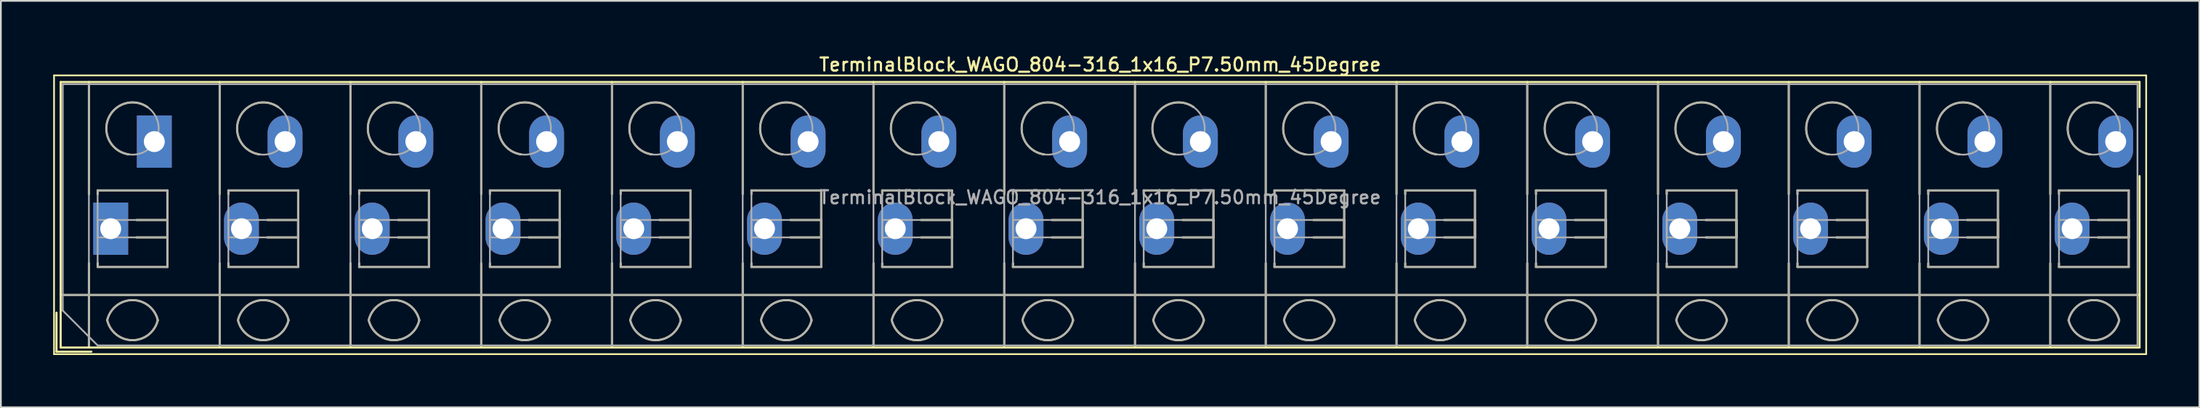
<source format=kicad_pcb>
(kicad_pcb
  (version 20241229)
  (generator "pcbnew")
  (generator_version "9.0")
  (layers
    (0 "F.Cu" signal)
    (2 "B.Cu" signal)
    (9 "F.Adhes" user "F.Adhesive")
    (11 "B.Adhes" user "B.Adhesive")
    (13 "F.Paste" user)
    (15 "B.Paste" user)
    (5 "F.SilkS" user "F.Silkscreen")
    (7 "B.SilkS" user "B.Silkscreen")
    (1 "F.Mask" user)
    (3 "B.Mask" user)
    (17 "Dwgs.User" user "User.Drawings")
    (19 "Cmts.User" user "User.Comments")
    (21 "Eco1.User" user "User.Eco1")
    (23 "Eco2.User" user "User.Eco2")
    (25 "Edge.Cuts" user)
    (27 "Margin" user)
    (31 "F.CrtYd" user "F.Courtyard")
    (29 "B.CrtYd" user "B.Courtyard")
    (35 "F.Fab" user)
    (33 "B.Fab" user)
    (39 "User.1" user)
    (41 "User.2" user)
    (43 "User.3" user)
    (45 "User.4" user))
  (footprint "TerminalBlock_WAGO_804-316_1x16_P7.50mm_45Degree"
    (layer "F.Cu")
    (at 3.3 10.078)
    (property "Reference" "TerminalBlock_WAGO_804-316_1x16_P7.50mm_45Degree" (at 56.75 -9.42 0) (layer "F.SilkS") (effects (font (size 0.75 0.75) (thickness 0.125))))
    (attr through_hole)
    (fp_line (start -3.25 -8.8) (end -3.25 7.2) (stroke (width 0.1) (type solid)) (layer "F.SilkS"))
    (fp_line (start -3.25 7.2) (end 116.75 7.2) (stroke (width 0.1) (type solid)) (layer "F.SilkS"))
    (fp_line (start -3.11 4.82) (end -3.11 7.06) (stroke (width 0.12) (type solid)) (layer "F.SilkS"))
    (fp_line (start -3.11 7.06) (end -1.11 7.06) (stroke (width 0.12) (type solid)) (layer "F.SilkS"))
    (fp_line (start -2.87 -8.42) (end -2.87 6.82) (stroke (width 0.12) (type solid)) (layer "F.SilkS"))
    (fp_line (start -2.87 -8.42) (end 116.37 -8.42) (stroke (width 0.12) (type solid)) (layer "F.SilkS"))
    (fp_line (start -2.87 3.8) (end 116.37 3.8) (stroke (width 0.12) (type solid)) (layer "F.SilkS"))
    (fp_line (start -2.87 6.82) (end 116.37 6.82) (stroke (width 0.12) (type solid)) (layer "F.SilkS"))
    (fp_line (start -1.25 -8.42) (end -1.25 -1.98) (stroke (width 0.12) (type solid)) (layer "F.SilkS"))
    (fp_line (start -1.25 1.98) (end -1.25 6.82) (stroke (width 0.12) (type solid)) (layer "F.SilkS"))
    (fp_line (start -0.75 -2.2) (end -0.75 -1.98) (stroke (width 0.12) (type solid)) (layer "F.SilkS"))
    (fp_line (start -0.75 -2.2) (end 3.25 -2.2) (stroke (width 0.12) (type solid)) (layer "F.SilkS"))
    (fp_line (start -0.75 1.98) (end -0.75 2.2) (stroke (width 0.12) (type solid)) (layer "F.SilkS"))
    (fp_line (start -0.75 2.2) (end 3.25 2.2) (stroke (width 0.12) (type solid)) (layer "F.SilkS"))
    (fp_line (start 1.48 -0.5) (end 3.25 -0.5) (stroke (width 0.12) (type solid)) (layer "F.SilkS"))
    (fp_line (start 1.48 0.5) (end 3.25 0.5) (stroke (width 0.12) (type solid)) (layer "F.SilkS"))
    (fp_line (start 3.25 -2.2) (end 3.25 2.2) (stroke (width 0.12) (type solid)) (layer "F.SilkS"))
    (fp_line (start 3.25 -0.5) (end 3.25 0.5) (stroke (width 0.12) (type solid)) (layer "F.SilkS"))
    (fp_line (start 6.25 -8.42) (end 6.25 -1.98) (stroke (width 0.12) (type solid)) (layer "F.SilkS"))
    (fp_line (start 6.25 1.98) (end 6.25 6.82) (stroke (width 0.12) (type solid)) (layer "F.SilkS"))
    (fp_line (start 6.75 -2.2) (end 6.75 -1.98) (stroke (width 0.12) (type solid)) (layer "F.SilkS"))
    (fp_line (start 6.75 -2.2) (end 10.75 -2.2) (stroke (width 0.12) (type solid)) (layer "F.SilkS"))
    (fp_line (start 6.75 1.98) (end 6.75 2.2) (stroke (width 0.12) (type solid)) (layer "F.SilkS"))
    (fp_line (start 6.75 2.2) (end 10.75 2.2) (stroke (width 0.12) (type solid)) (layer "F.SilkS"))
    (fp_line (start 8.98 -0.5) (end 10.75 -0.5) (stroke (width 0.12) (type solid)) (layer "F.SilkS"))
    (fp_line (start 8.98 0.5) (end 10.75 0.5) (stroke (width 0.12) (type solid)) (layer "F.SilkS"))
    (fp_line (start 10.75 -2.2) (end 10.75 2.2) (stroke (width 0.12) (type solid)) (layer "F.SilkS"))
    (fp_line (start 10.75 -0.5) (end 10.75 0.5) (stroke (width 0.12) (type solid)) (layer "F.SilkS"))
    (fp_line (start 13.75 -8.42) (end 13.75 -1.98) (stroke (width 0.12) (type solid)) (layer "F.SilkS"))
    (fp_line (start 13.75 1.98) (end 13.75 6.82) (stroke (width 0.12) (type solid)) (layer "F.SilkS"))
    (fp_line (start 14.25 -2.2) (end 14.25 -1.98) (stroke (width 0.12) (type solid)) (layer "F.SilkS"))
    (fp_line (start 14.25 -2.2) (end 18.25 -2.2) (stroke (width 0.12) (type solid)) (layer "F.SilkS"))
    (fp_line (start 14.25 1.98) (end 14.25 2.2) (stroke (width 0.12) (type solid)) (layer "F.SilkS"))
    (fp_line (start 14.25 2.2) (end 18.25 2.2) (stroke (width 0.12) (type solid)) (layer "F.SilkS"))
    (fp_line (start 16.48 -0.5) (end 18.25 -0.5) (stroke (width 0.12) (type solid)) (layer "F.SilkS"))
    (fp_line (start 16.48 0.5) (end 18.25 0.5) (stroke (width 0.12) (type solid)) (layer "F.SilkS"))
    (fp_line (start 18.25 -2.2) (end 18.25 2.2) (stroke (width 0.12) (type solid)) (layer "F.SilkS"))
    (fp_line (start 18.25 -0.5) (end 18.25 0.5) (stroke (width 0.12) (type solid)) (layer "F.SilkS"))
    (fp_line (start 21.25 -8.42) (end 21.25 -1.98) (stroke (width 0.12) (type solid)) (layer "F.SilkS"))
    (fp_line (start 21.25 1.98) (end 21.25 6.82) (stroke (width 0.12) (type solid)) (layer "F.SilkS"))
    (fp_line (start 21.75 -2.2) (end 21.75 -1.98) (stroke (width 0.12) (type solid)) (layer "F.SilkS"))
    (fp_line (start 21.75 -2.2) (end 25.75 -2.2) (stroke (width 0.12) (type solid)) (layer "F.SilkS"))
    (fp_line (start 21.75 1.98) (end 21.75 2.2) (stroke (width 0.12) (type solid)) (layer "F.SilkS"))
    (fp_line (start 21.75 2.2) (end 25.75 2.2) (stroke (width 0.12) (type solid)) (layer "F.SilkS"))
    (fp_line (start 23.98 -0.5) (end 25.75 -0.5) (stroke (width 0.12) (type solid)) (layer "F.SilkS"))
    (fp_line (start 23.98 0.5) (end 25.75 0.5) (stroke (width 0.12) (type solid)) (layer "F.SilkS"))
    (fp_line (start 25.75 -2.2) (end 25.75 2.2) (stroke (width 0.12) (type solid)) (layer "F.SilkS"))
    (fp_line (start 25.75 -0.5) (end 25.75 0.5) (stroke (width 0.12) (type solid)) (layer "F.SilkS"))
    (fp_line (start 28.75 -8.42) (end 28.75 -1.98) (stroke (width 0.12) (type solid)) (layer "F.SilkS"))
    (fp_line (start 28.75 1.98) (end 28.75 6.82) (stroke (width 0.12) (type solid)) (layer "F.SilkS"))
    (fp_line (start 29.25 -2.2) (end 29.25 -1.98) (stroke (width 0.12) (type solid)) (layer "F.SilkS"))
    (fp_line (start 29.25 -2.2) (end 33.25 -2.2) (stroke (width 0.12) (type solid)) (layer "F.SilkS"))
    (fp_line (start 29.25 1.98) (end 29.25 2.2) (stroke (width 0.12) (type solid)) (layer "F.SilkS"))
    (fp_line (start 29.25 2.2) (end 33.25 2.2) (stroke (width 0.12) (type solid)) (layer "F.SilkS"))
    (fp_line (start 31.48 -0.5) (end 33.25 -0.5) (stroke (width 0.12) (type solid)) (layer "F.SilkS"))
    (fp_line (start 31.48 0.5) (end 33.25 0.5) (stroke (width 0.12) (type solid)) (layer "F.SilkS"))
    (fp_line (start 33.25 -2.2) (end 33.25 2.2) (stroke (width 0.12) (type solid)) (layer "F.SilkS"))
    (fp_line (start 33.25 -0.5) (end 33.25 0.5) (stroke (width 0.12) (type solid)) (layer "F.SilkS"))
    (fp_line (start 36.25 -8.42) (end 36.25 -1.98) (stroke (width 0.12) (type solid)) (layer "F.SilkS"))
    (fp_line (start 36.25 1.98) (end 36.25 6.82) (stroke (width 0.12) (type solid)) (layer "F.SilkS"))
    (fp_line (start 36.75 -2.2) (end 36.75 -1.98) (stroke (width 0.12) (type solid)) (layer "F.SilkS"))
    (fp_line (start 36.75 -2.2) (end 40.75 -2.2) (stroke (width 0.12) (type solid)) (layer "F.SilkS"))
    (fp_line (start 36.75 1.98) (end 36.75 2.2) (stroke (width 0.12) (type solid)) (layer "F.SilkS"))
    (fp_line (start 36.75 2.2) (end 40.75 2.2) (stroke (width 0.12) (type solid)) (layer "F.SilkS"))
    (fp_line (start 38.98 -0.5) (end 40.75 -0.5) (stroke (width 0.12) (type solid)) (layer "F.SilkS"))
    (fp_line (start 38.98 0.5) (end 40.75 0.5) (stroke (width 0.12) (type solid)) (layer "F.SilkS"))
    (fp_line (start 40.75 -2.2) (end 40.75 2.2) (stroke (width 0.12) (type solid)) (layer "F.SilkS"))
    (fp_line (start 40.75 -0.5) (end 40.75 0.5) (stroke (width 0.12) (type solid)) (layer "F.SilkS"))
    (fp_line (start 43.75 -8.42) (end 43.75 -1.98) (stroke (width 0.12) (type solid)) (layer "F.SilkS"))
    (fp_line (start 43.75 1.98) (end 43.75 6.82) (stroke (width 0.12) (type solid)) (layer "F.SilkS"))
    (fp_line (start 44.25 -2.2) (end 44.25 -1.98) (stroke (width 0.12) (type solid)) (layer "F.SilkS"))
    (fp_line (start 44.25 -2.2) (end 48.25 -2.2) (stroke (width 0.12) (type solid)) (layer "F.SilkS"))
    (fp_line (start 44.25 1.98) (end 44.25 2.2) (stroke (width 0.12) (type solid)) (layer "F.SilkS"))
    (fp_line (start 44.25 2.2) (end 48.25 2.2) (stroke (width 0.12) (type solid)) (layer "F.SilkS"))
    (fp_line (start 46.48 -0.5) (end 48.25 -0.5) (stroke (width 0.12) (type solid)) (layer "F.SilkS"))
    (fp_line (start 46.48 0.5) (end 48.25 0.5) (stroke (width 0.12) (type solid)) (layer "F.SilkS"))
    (fp_line (start 48.25 -2.2) (end 48.25 2.2) (stroke (width 0.12) (type solid)) (layer "F.SilkS"))
    (fp_line (start 48.25 -0.5) (end 48.25 0.5) (stroke (width 0.12) (type solid)) (layer "F.SilkS"))
    (fp_line (start 51.25 -8.42) (end 51.25 -1.98) (stroke (width 0.12) (type solid)) (layer "F.SilkS"))
    (fp_line (start 51.25 1.98) (end 51.25 6.82) (stroke (width 0.12) (type solid)) (layer "F.SilkS"))
    (fp_line (start 51.75 -2.2) (end 51.75 -1.98) (stroke (width 0.12) (type solid)) (layer "F.SilkS"))
    (fp_line (start 51.75 -2.2) (end 55.75 -2.2) (stroke (width 0.12) (type solid)) (layer "F.SilkS"))
    (fp_line (start 51.75 1.98) (end 51.75 2.2) (stroke (width 0.12) (type solid)) (layer "F.SilkS"))
    (fp_line (start 51.75 2.2) (end 55.75 2.2) (stroke (width 0.12) (type solid)) (layer "F.SilkS"))
    (fp_line (start 53.98 -0.5) (end 55.75 -0.5) (stroke (width 0.12) (type solid)) (layer "F.SilkS"))
    (fp_line (start 53.98 0.5) (end 55.75 0.5) (stroke (width 0.12) (type solid)) (layer "F.SilkS"))
    (fp_line (start 55.75 -2.2) (end 55.75 2.2) (stroke (width 0.12) (type solid)) (layer "F.SilkS"))
    (fp_line (start 55.75 -0.5) (end 55.75 0.5) (stroke (width 0.12) (type solid)) (layer "F.SilkS"))
    (fp_line (start 58.75 -8.42) (end 58.75 -1.98) (stroke (width 0.12) (type solid)) (layer "F.SilkS"))
    (fp_line (start 58.75 1.98) (end 58.75 6.82) (stroke (width 0.12) (type solid)) (layer "F.SilkS"))
    (fp_line (start 59.25 -2.2) (end 59.25 -1.98) (stroke (width 0.12) (type solid)) (layer "F.SilkS"))
    (fp_line (start 59.25 -2.2) (end 63.25 -2.2) (stroke (width 0.12) (type solid)) (layer "F.SilkS"))
    (fp_line (start 59.25 1.98) (end 59.25 2.2) (stroke (width 0.12) (type solid)) (layer "F.SilkS"))
    (fp_line (start 59.25 2.2) (end 63.25 2.2) (stroke (width 0.12) (type solid)) (layer "F.SilkS"))
    (fp_line (start 61.48 -0.5) (end 63.25 -0.5) (stroke (width 0.12) (type solid)) (layer "F.SilkS"))
    (fp_line (start 61.48 0.5) (end 63.25 0.5) (stroke (width 0.12) (type solid)) (layer "F.SilkS"))
    (fp_line (start 63.25 -2.2) (end 63.25 2.2) (stroke (width 0.12) (type solid)) (layer "F.SilkS"))
    (fp_line (start 63.25 -0.5) (end 63.25 0.5) (stroke (width 0.12) (type solid)) (layer "F.SilkS"))
    (fp_line (start 66.25 -8.42) (end 66.25 -1.98) (stroke (width 0.12) (type solid)) (layer "F.SilkS"))
    (fp_line (start 66.25 1.98) (end 66.25 6.82) (stroke (width 0.12) (type solid)) (layer "F.SilkS"))
    (fp_line (start 66.75 -2.2) (end 66.75 -1.98) (stroke (width 0.12) (type solid)) (layer "F.SilkS"))
    (fp_line (start 66.75 -2.2) (end 70.75 -2.2) (stroke (width 0.12) (type solid)) (layer "F.SilkS"))
    (fp_line (start 66.75 1.98) (end 66.75 2.2) (stroke (width 0.12) (type solid)) (layer "F.SilkS"))
    (fp_line (start 66.75 2.2) (end 70.75 2.2) (stroke (width 0.12) (type solid)) (layer "F.SilkS"))
    (fp_line (start 68.98 -0.5) (end 70.75 -0.5) (stroke (width 0.12) (type solid)) (layer "F.SilkS"))
    (fp_line (start 68.98 0.5) (end 70.75 0.5) (stroke (width 0.12) (type solid)) (layer "F.SilkS"))
    (fp_line (start 70.75 -2.2) (end 70.75 2.2) (stroke (width 0.12) (type solid)) (layer "F.SilkS"))
    (fp_line (start 70.75 -0.5) (end 70.75 0.5) (stroke (width 0.12) (type solid)) (layer "F.SilkS"))
    (fp_line (start 73.75 -8.42) (end 73.75 -1.98) (stroke (width 0.12) (type solid)) (layer "F.SilkS"))
    (fp_line (start 73.75 1.98) (end 73.75 6.82) (stroke (width 0.12) (type solid)) (layer "F.SilkS"))
    (fp_line (start 74.25 -2.2) (end 74.25 -1.98) (stroke (width 0.12) (type solid)) (layer "F.SilkS"))
    (fp_line (start 74.25 -2.2) (end 78.25 -2.2) (stroke (width 0.12) (type solid)) (layer "F.SilkS"))
    (fp_line (start 74.25 1.98) (end 74.25 2.2) (stroke (width 0.12) (type solid)) (layer "F.SilkS"))
    (fp_line (start 74.25 2.2) (end 78.25 2.2) (stroke (width 0.12) (type solid)) (layer "F.SilkS"))
    (fp_line (start 76.48 -0.5) (end 78.25 -0.5) (stroke (width 0.12) (type solid)) (layer "F.SilkS"))
    (fp_line (start 76.48 0.5) (end 78.25 0.5) (stroke (width 0.12) (type solid)) (layer "F.SilkS"))
    (fp_line (start 78.25 -2.2) (end 78.25 2.2) (stroke (width 0.12) (type solid)) (layer "F.SilkS"))
    (fp_line (start 78.25 -0.5) (end 78.25 0.5) (stroke (width 0.12) (type solid)) (layer "F.SilkS"))
    (fp_line (start 81.25 -8.42) (end 81.25 -1.98) (stroke (width 0.12) (type solid)) (layer "F.SilkS"))
    (fp_line (start 81.25 1.98) (end 81.25 6.82) (stroke (width 0.12) (type solid)) (layer "F.SilkS"))
    (fp_line (start 81.75 -2.2) (end 81.75 -1.98) (stroke (width 0.12) (type solid)) (layer "F.SilkS"))
    (fp_line (start 81.75 -2.2) (end 85.75 -2.2) (stroke (width 0.12) (type solid)) (layer "F.SilkS"))
    (fp_line (start 81.75 1.98) (end 81.75 2.2) (stroke (width 0.12) (type solid)) (layer "F.SilkS"))
    (fp_line (start 81.75 2.2) (end 85.75 2.2) (stroke (width 0.12) (type solid)) (layer "F.SilkS"))
    (fp_line (start 83.98 -0.5) (end 85.75 -0.5) (stroke (width 0.12) (type solid)) (layer "F.SilkS"))
    (fp_line (start 83.98 0.5) (end 85.75 0.5) (stroke (width 0.12) (type solid)) (layer "F.SilkS"))
    (fp_line (start 85.75 -2.2) (end 85.75 2.2) (stroke (width 0.12) (type solid)) (layer "F.SilkS"))
    (fp_line (start 85.75 -0.5) (end 85.75 0.5) (stroke (width 0.12) (type solid)) (layer "F.SilkS"))
    (fp_line (start 88.75 -8.42) (end 88.75 -1.98) (stroke (width 0.12) (type solid)) (layer "F.SilkS"))
    (fp_line (start 88.75 1.98) (end 88.75 6.82) (stroke (width 0.12) (type solid)) (layer "F.SilkS"))
    (fp_line (start 89.25 -2.2) (end 89.25 -1.98) (stroke (width 0.12) (type solid)) (layer "F.SilkS"))
    (fp_line (start 89.25 -2.2) (end 93.25 -2.2) (stroke (width 0.12) (type solid)) (layer "F.SilkS"))
    (fp_line (start 89.25 1.98) (end 89.25 2.2) (stroke (width 0.12) (type solid)) (layer "F.SilkS"))
    (fp_line (start 89.25 2.2) (end 93.25 2.2) (stroke (width 0.12) (type solid)) (layer "F.SilkS"))
    (fp_line (start 91.48 -0.5) (end 93.25 -0.5) (stroke (width 0.12) (type solid)) (layer "F.SilkS"))
    (fp_line (start 91.48 0.5) (end 93.25 0.5) (stroke (width 0.12) (type solid)) (layer "F.SilkS"))
    (fp_line (start 93.25 -2.2) (end 93.25 2.2) (stroke (width 0.12) (type solid)) (layer "F.SilkS"))
    (fp_line (start 93.25 -0.5) (end 93.25 0.5) (stroke (width 0.12) (type solid)) (layer "F.SilkS"))
    (fp_line (start 96.25 -8.42) (end 96.25 -1.98) (stroke (width 0.12) (type solid)) (layer "F.SilkS"))
    (fp_line (start 96.25 1.98) (end 96.25 6.82) (stroke (width 0.12) (type solid)) (layer "F.SilkS"))
    (fp_line (start 96.75 -2.2) (end 96.75 -1.98) (stroke (width 0.12) (type solid)) (layer "F.SilkS"))
    (fp_line (start 96.75 -2.2) (end 100.75 -2.2) (stroke (width 0.12) (type solid)) (layer "F.SilkS"))
    (fp_line (start 96.75 1.98) (end 96.75 2.2) (stroke (width 0.12) (type solid)) (layer "F.SilkS"))
    (fp_line (start 96.75 2.2) (end 100.75 2.2) (stroke (width 0.12) (type solid)) (layer "F.SilkS"))
    (fp_line (start 98.98 -0.5) (end 100.75 -0.5) (stroke (width 0.12) (type solid)) (layer "F.SilkS"))
    (fp_line (start 98.98 0.5) (end 100.75 0.5) (stroke (width 0.12) (type solid)) (layer "F.SilkS"))
    (fp_line (start 100.75 -2.2) (end 100.75 2.2) (stroke (width 0.12) (type solid)) (layer "F.SilkS"))
    (fp_line (start 100.75 -0.5) (end 100.75 0.5) (stroke (width 0.12) (type solid)) (layer "F.SilkS"))
    (fp_line (start 103.75 -8.42) (end 103.75 -1.98) (stroke (width 0.12) (type solid)) (layer "F.SilkS"))
    (fp_line (start 103.75 1.98) (end 103.75 6.82) (stroke (width 0.12) (type solid)) (layer "F.SilkS"))
    (fp_line (start 104.25 -2.2) (end 104.25 -1.98) (stroke (width 0.12) (type solid)) (layer "F.SilkS"))
    (fp_line (start 104.25 -2.2) (end 108.25 -2.2) (stroke (width 0.12) (type solid)) (layer "F.SilkS"))
    (fp_line (start 104.25 1.98) (end 104.25 2.2) (stroke (width 0.12) (type solid)) (layer "F.SilkS"))
    (fp_line (start 104.25 2.2) (end 108.25 2.2) (stroke (width 0.12) (type solid)) (layer "F.SilkS"))
    (fp_line (start 106.48 -0.5) (end 108.25 -0.5) (stroke (width 0.12) (type solid)) (layer "F.SilkS"))
    (fp_line (start 106.48 0.5) (end 108.25 0.5) (stroke (width 0.12) (type solid)) (layer "F.SilkS"))
    (fp_line (start 108.25 -2.2) (end 108.25 2.2) (stroke (width 0.12) (type solid)) (layer "F.SilkS"))
    (fp_line (start 108.25 -0.5) (end 108.25 0.5) (stroke (width 0.12) (type solid)) (layer "F.SilkS"))
    (fp_line (start 111.25 -8.42) (end 111.25 -1.98) (stroke (width 0.12) (type solid)) (layer "F.SilkS"))
    (fp_line (start 111.25 1.98) (end 111.25 6.82) (stroke (width 0.12) (type solid)) (layer "F.SilkS"))
    (fp_line (start 111.75 -2.2) (end 111.75 -1.98) (stroke (width 0.12) (type solid)) (layer "F.SilkS"))
    (fp_line (start 111.75 -2.2) (end 115.75 -2.2) (stroke (width 0.12) (type solid)) (layer "F.SilkS"))
    (fp_line (start 111.75 1.98) (end 111.75 2.2) (stroke (width 0.12) (type solid)) (layer "F.SilkS"))
    (fp_line (start 111.75 2.2) (end 115.75 2.2) (stroke (width 0.12) (type solid)) (layer "F.SilkS"))
    (fp_line (start 113.98 -0.5) (end 115.75 -0.5) (stroke (width 0.12) (type solid)) (layer "F.SilkS"))
    (fp_line (start 113.98 0.5) (end 115.75 0.5) (stroke (width 0.12) (type solid)) (layer "F.SilkS"))
    (fp_line (start 115.75 -2.2) (end 115.75 2.2) (stroke (width 0.12) (type solid)) (layer "F.SilkS"))
    (fp_line (start 115.75 -0.5) (end 115.75 0.5) (stroke (width 0.12) (type solid)) (layer "F.SilkS"))
    (fp_line (start 116.37 -8.42) (end 116.37 -6.98) (stroke (width 0.12) (type solid)) (layer "F.SilkS"))
    (fp_line (start 116.37 -3.02) (end 116.37 6.82) (stroke (width 0.12) (type solid)) (layer "F.SilkS"))
    (fp_line (start 116.75 -8.8) (end -3.25 -8.8) (stroke (width 0.1) (type solid)) (layer "F.SilkS"))
    (fp_line (start 116.75 7.2) (end 116.75 -8.8) (stroke (width 0.1) (type solid)) (layer "F.SilkS"))
    (fp_arc (start -0.200865 5.250424) (mid 1.250296 4.099926) (end 2.701 5.251) (stroke (width 0.12) (type solid)) (layer "F.SilkS"))
    (fp_arc (start 1.040798 -4.264067) (mid -0.146039 -6.300306) (end 2.111 -6.979) (stroke (width 0.12) (type solid)) (layer "F.SilkS"))
    (fp_arc (start 2.7 5.25) (mid 1.250068 6.400101) (end -0.199969 5.250133) (stroke (width 0.12) (type solid)) (layer "F.SilkS"))
    (fp_arc (start 7.299135 5.250424) (mid 8.750296 4.099926) (end 10.201 5.251) (stroke (width 0.12) (type solid)) (layer "F.SilkS"))
    (fp_arc (start 8.540798 -4.264067) (mid 7.353961 -6.300306) (end 9.611 -6.979) (stroke (width 0.12) (type solid)) (layer "F.SilkS"))
    (fp_arc (start 10.2 5.25) (mid 8.750068 6.400101) (end 7.300031 5.250133) (stroke (width 0.12) (type solid)) (layer "F.SilkS"))
    (fp_arc (start 14.799135 5.250424) (mid 16.250296 4.099926) (end 17.701 5.251) (stroke (width 0.12) (type solid)) (layer "F.SilkS"))
    (fp_arc (start 16.040798 -4.264067) (mid 14.853961 -6.300306) (end 17.111 -6.979) (stroke (width 0.12) (type solid)) (layer "F.SilkS"))
    (fp_arc (start 17.7 5.25) (mid 16.250068 6.400101) (end 14.800031 5.250133) (stroke (width 0.12) (type solid)) (layer "F.SilkS"))
    (fp_arc (start 22.299135 5.250424) (mid 23.750296 4.099926) (end 25.201 5.251) (stroke (width 0.12) (type solid)) (layer "F.SilkS"))
    (fp_arc (start 23.540798 -4.264067) (mid 22.353961 -6.300306) (end 24.611 -6.979) (stroke (width 0.12) (type solid)) (layer "F.SilkS"))
    (fp_arc (start 25.2 5.25) (mid 23.750068 6.400101) (end 22.300031 5.250133) (stroke (width 0.12) (type solid)) (layer "F.SilkS"))
    (fp_arc (start 29.799135 5.250424) (mid 31.250296 4.099926) (end 32.701 5.251) (stroke (width 0.12) (type solid)) (layer "F.SilkS"))
    (fp_arc (start 31.040798 -4.264067) (mid 29.853961 -6.300306) (end 32.111 -6.979) (stroke (width 0.12) (type solid)) (layer "F.SilkS"))
    (fp_arc (start 32.701 5.25) (mid 31.250296 6.401074) (end 29.799135 5.250576) (stroke (width 0.12) (type solid)) (layer "F.SilkS"))
    (fp_arc (start 37.299135 5.250424) (mid 38.750296 4.099926) (end 40.201 5.251) (stroke (width 0.12) (type solid)) (layer "F.SilkS"))
    (fp_arc (start 38.540798 -4.264067) (mid 37.353961 -6.300306) (end 39.611 -6.979) (stroke (width 0.12) (type solid)) (layer "F.SilkS"))
    (fp_arc (start 40.2 5.25) (mid 38.750068 6.400101) (end 37.300031 5.250133) (stroke (width 0.12) (type solid)) (layer "F.SilkS"))
    (fp_arc (start 44.799135 5.250424) (mid 46.250296 4.099926) (end 47.701 5.251) (stroke (width 0.12) (type solid)) (layer "F.SilkS"))
    (fp_arc (start 46.040798 -4.264067) (mid 44.853961 -6.300306) (end 47.111 -6.979) (stroke (width 0.12) (type solid)) (layer "F.SilkS"))
    (fp_arc (start 47.7 5.25) (mid 46.250068 6.400101) (end 44.800031 5.250133) (stroke (width 0.12) (type solid)) (layer "F.SilkS"))
    (fp_arc (start 52.299135 5.250424) (mid 53.750296 4.099926) (end 55.201 5.251) (stroke (width 0.12) (type solid)) (layer "F.SilkS"))
    (fp_arc (start 53.540798 -4.264067) (mid 52.353961 -6.300306) (end 54.611 -6.979) (stroke (width 0.12) (type solid)) (layer "F.SilkS"))
    (fp_arc (start 55.2 5.25) (mid 53.750068 6.400101) (end 52.300031 5.250133) (stroke (width 0.12) (type solid)) (layer "F.SilkS"))
    (fp_arc (start 59.799135 5.250424) (mid 61.250296 4.099926) (end 62.701 5.251) (stroke (width 0.12) (type solid)) (layer "F.SilkS"))
    (fp_arc (start 61.040798 -4.264067) (mid 59.853961 -6.300306) (end 62.111 -6.979) (stroke (width 0.12) (type solid)) (layer "F.SilkS"))
    (fp_arc (start 62.7 5.25) (mid 61.250068 6.400101) (end 59.800031 5.250133) (stroke (width 0.12) (type solid)) (layer "F.SilkS"))
    (fp_arc (start 67.299135 5.250424) (mid 68.750296 4.099926) (end 70.201 5.251) (stroke (width 0.12) (type solid)) (layer "F.SilkS"))
    (fp_arc (start 68.540798 -4.264067) (mid 67.353961 -6.300306) (end 69.611 -6.979) (stroke (width 0.12) (type solid)) (layer "F.SilkS"))
    (fp_arc (start 70.2 5.25) (mid 68.750068 6.400101) (end 67.300031 5.250133) (stroke (width 0.12) (type solid)) (layer "F.SilkS"))
    (fp_arc (start 74.799135 5.250424) (mid 76.250296 4.099926) (end 77.701 5.251) (stroke (width 0.12) (type solid)) (layer "F.SilkS"))
    (fp_arc (start 76.040798 -4.264067) (mid 74.853961 -6.300306) (end 77.111 -6.979) (stroke (width 0.12) (type solid)) (layer "F.SilkS"))
    (fp_arc (start 77.7 5.25) (mid 76.250068 6.400101) (end 74.800031 5.250133) (stroke (width 0.12) (type solid)) (layer "F.SilkS"))
    (fp_arc (start 82.299135 5.250424) (mid 83.750296 4.099926) (end 85.201 5.251) (stroke (width 0.12) (type solid)) (layer "F.SilkS"))
    (fp_arc (start 83.540798 -4.264067) (mid 82.353961 -6.300306) (end 84.611 -6.979) (stroke (width 0.12) (type solid)) (layer "F.SilkS"))
    (fp_arc (start 85.2 5.25) (mid 83.750068 6.400101) (end 82.300031 5.250133) (stroke (width 0.12) (type solid)) (layer "F.SilkS"))
    (fp_arc (start 89.799135 5.250424) (mid 91.250296 4.099926) (end 92.701 5.251) (stroke (width 0.12) (type solid)) (layer "F.SilkS"))
    (fp_arc (start 91.040798 -4.264067) (mid 89.853961 -6.300306) (end 92.111 -6.979) (stroke (width 0.12) (type solid)) (layer "F.SilkS"))
    (fp_arc (start 92.7 5.25) (mid 91.250068 6.400101) (end 89.800031 5.250133) (stroke (width 0.12) (type solid)) (layer "F.SilkS"))
    (fp_arc (start 97.299135 5.250424) (mid 98.750296 4.099926) (end 100.201 5.251) (stroke (width 0.12) (type solid)) (layer "F.SilkS"))
    (fp_arc (start 98.540798 -4.264067) (mid 97.353961 -6.300306) (end 99.611 -6.979) (stroke (width 0.12) (type solid)) (layer "F.SilkS"))
    (fp_arc (start 100.2 5.25) (mid 98.750068 6.400101) (end 97.300031 5.250133) (stroke (width 0.12) (type solid)) (layer "F.SilkS"))
    (fp_arc (start 104.799135 5.250424) (mid 106.250296 4.099926) (end 107.701 5.251) (stroke (width 0.12) (type solid)) (layer "F.SilkS"))
    (fp_arc (start 106.040798 -4.264067) (mid 104.853961 -6.300306) (end 107.111 -6.979) (stroke (width 0.12) (type solid)) (layer "F.SilkS"))
    (fp_arc (start 107.7 5.25) (mid 106.250068 6.400101) (end 104.800031 5.250133) (stroke (width 0.12) (type solid)) (layer "F.SilkS"))
    (fp_arc (start 112.299135 5.250424) (mid 113.750296 4.099926) (end 115.201 5.251) (stroke (width 0.12) (type solid)) (layer "F.SilkS"))
    (fp_arc (start 113.540798 -4.264067) (mid 112.353961 -6.300306) (end 114.611 -6.979) (stroke (width 0.12) (type solid)) (layer "F.SilkS"))
    (fp_arc (start 115.2 5.25) (mid 113.750068 6.400101) (end 112.300031 5.250133) (stroke (width 0.12) (type solid)) (layer "F.SilkS"))
    (fp_line (start -2.75 -8.3) (end 116.25 -8.3) (stroke (width 0.1) (type solid)) (layer "F.Fab"))
    (fp_line (start -2.75 3.8) (end 116.25 3.8) (stroke (width 0.1) (type solid)) (layer "F.Fab"))
    (fp_line (start -2.75 4.7) (end -2.75 -8.3) (stroke (width 0.1) (type solid)) (layer "F.Fab"))
    (fp_line (start -1.25 -8.3) (end -1.25 6.7) (stroke (width 0.1) (type solid)) (layer "F.Fab"))
    (fp_line (start -0.75 -2.2) (end -0.75 2.2) (stroke (width 0.1) (type solid)) (layer "F.Fab"))
    (fp_line (start -0.75 -0.5) (end -0.75 0.5) (stroke (width 0.1) (type solid)) (layer "F.Fab"))
    (fp_line (start -0.75 0.5) (end 3.25 0.5) (stroke (width 0.1) (type solid)) (layer "F.Fab"))
    (fp_line (start -0.75 2.2) (end 3.25 2.2) (stroke (width 0.1) (type solid)) (layer "F.Fab"))
    (fp_line (start -0.75 6.7) (end -2.75 4.7) (stroke (width 0.1) (type solid)) (layer "F.Fab"))
    (fp_line (start 3.25 -2.2) (end -0.75 -2.2) (stroke (width 0.1) (type solid)) (layer "F.Fab"))
    (fp_line (start 3.25 -0.5) (end -0.75 -0.5) (stroke (width 0.1) (type solid)) (layer "F.Fab"))
    (fp_line (start 3.25 0.5) (end 3.25 -0.5) (stroke (width 0.1) (type solid)) (layer "F.Fab"))
    (fp_line (start 3.25 2.2) (end 3.25 -2.2) (stroke (width 0.1) (type solid)) (layer "F.Fab"))
    (fp_line (start 6.25 -8.3) (end 6.25 6.7) (stroke (width 0.1) (type solid)) (layer "F.Fab"))
    (fp_line (start 6.75 -2.2) (end 6.75 2.2) (stroke (width 0.1) (type solid)) (layer "F.Fab"))
    (fp_line (start 6.75 -0.5) (end 6.75 0.5) (stroke (width 0.1) (type solid)) (layer "F.Fab"))
    (fp_line (start 6.75 0.5) (end 10.75 0.5) (stroke (width 0.1) (type solid)) (layer "F.Fab"))
    (fp_line (start 6.75 2.2) (end 10.75 2.2) (stroke (width 0.1) (type solid)) (layer "F.Fab"))
    (fp_line (start 10.75 -2.2) (end 6.75 -2.2) (stroke (width 0.1) (type solid)) (layer "F.Fab"))
    (fp_line (start 10.75 -0.5) (end 6.75 -0.5) (stroke (width 0.1) (type solid)) (layer "F.Fab"))
    (fp_line (start 10.75 0.5) (end 10.75 -0.5) (stroke (width 0.1) (type solid)) (layer "F.Fab"))
    (fp_line (start 10.75 2.2) (end 10.75 -2.2) (stroke (width 0.1) (type solid)) (layer "F.Fab"))
    (fp_line (start 13.75 -8.3) (end 13.75 6.7) (stroke (width 0.1) (type solid)) (layer "F.Fab"))
    (fp_line (start 14.25 -2.2) (end 14.25 2.2) (stroke (width 0.1) (type solid)) (layer "F.Fab"))
    (fp_line (start 14.25 -0.5) (end 14.25 0.5) (stroke (width 0.1) (type solid)) (layer "F.Fab"))
    (fp_line (start 14.25 0.5) (end 18.25 0.5) (stroke (width 0.1) (type solid)) (layer "F.Fab"))
    (fp_line (start 14.25 2.2) (end 18.25 2.2) (stroke (width 0.1) (type solid)) (layer "F.Fab"))
    (fp_line (start 18.25 -2.2) (end 14.25 -2.2) (stroke (width 0.1) (type solid)) (layer "F.Fab"))
    (fp_line (start 18.25 -0.5) (end 14.25 -0.5) (stroke (width 0.1) (type solid)) (layer "F.Fab"))
    (fp_line (start 18.25 0.5) (end 18.25 -0.5) (stroke (width 0.1) (type solid)) (layer "F.Fab"))
    (fp_line (start 18.25 2.2) (end 18.25 -2.2) (stroke (width 0.1) (type solid)) (layer "F.Fab"))
    (fp_line (start 21.25 -8.3) (end 21.25 6.7) (stroke (width 0.1) (type solid)) (layer "F.Fab"))
    (fp_line (start 21.75 -2.2) (end 21.75 2.2) (stroke (width 0.1) (type solid)) (layer "F.Fab"))
    (fp_line (start 21.75 -0.5) (end 21.75 0.5) (stroke (width 0.1) (type solid)) (layer "F.Fab"))
    (fp_line (start 21.75 0.5) (end 25.75 0.5) (stroke (width 0.1) (type solid)) (layer "F.Fab"))
    (fp_line (start 21.75 2.2) (end 25.75 2.2) (stroke (width 0.1) (type solid)) (layer "F.Fab"))
    (fp_line (start 25.75 -2.2) (end 21.75 -2.2) (stroke (width 0.1) (type solid)) (layer "F.Fab"))
    (fp_line (start 25.75 -0.5) (end 21.75 -0.5) (stroke (width 0.1) (type solid)) (layer "F.Fab"))
    (fp_line (start 25.75 0.5) (end 25.75 -0.5) (stroke (width 0.1) (type solid)) (layer "F.Fab"))
    (fp_line (start 25.75 2.2) (end 25.75 -2.2) (stroke (width 0.1) (type solid)) (layer "F.Fab"))
    (fp_line (start 28.75 -8.3) (end 28.75 6.7) (stroke (width 0.1) (type solid)) (layer "F.Fab"))
    (fp_line (start 29.25 -2.2) (end 29.25 2.2) (stroke (width 0.1) (type solid)) (layer "F.Fab"))
    (fp_line (start 29.25 -0.5) (end 29.25 0.5) (stroke (width 0.1) (type solid)) (layer "F.Fab"))
    (fp_line (start 29.25 0.5) (end 33.25 0.5) (stroke (width 0.1) (type solid)) (layer "F.Fab"))
    (fp_line (start 29.25 2.2) (end 33.25 2.2) (stroke (width 0.1) (type solid)) (layer "F.Fab"))
    (fp_line (start 33.25 -2.2) (end 29.25 -2.2) (stroke (width 0.1) (type solid)) (layer "F.Fab"))
    (fp_line (start 33.25 -0.5) (end 29.25 -0.5) (stroke (width 0.1) (type solid)) (layer "F.Fab"))
    (fp_line (start 33.25 0.5) (end 33.25 -0.5) (stroke (width 0.1) (type solid)) (layer "F.Fab"))
    (fp_line (start 33.25 2.2) (end 33.25 -2.2) (stroke (width 0.1) (type solid)) (layer "F.Fab"))
    (fp_line (start 36.25 -8.3) (end 36.25 6.7) (stroke (width 0.1) (type solid)) (layer "F.Fab"))
    (fp_line (start 36.75 -2.2) (end 36.75 2.2) (stroke (width 0.1) (type solid)) (layer "F.Fab"))
    (fp_line (start 36.75 -0.5) (end 36.75 0.5) (stroke (width 0.1) (type solid)) (layer "F.Fab"))
    (fp_line (start 36.75 0.5) (end 40.75 0.5) (stroke (width 0.1) (type solid)) (layer "F.Fab"))
    (fp_line (start 36.75 2.2) (end 40.75 2.2) (stroke (width 0.1) (type solid)) (layer "F.Fab"))
    (fp_line (start 40.75 -2.2) (end 36.75 -2.2) (stroke (width 0.1) (type solid)) (layer "F.Fab"))
    (fp_line (start 40.75 -0.5) (end 36.75 -0.5) (stroke (width 0.1) (type solid)) (layer "F.Fab"))
    (fp_line (start 40.75 0.5) (end 40.75 -0.5) (stroke (width 0.1) (type solid)) (layer "F.Fab"))
    (fp_line (start 40.75 2.2) (end 40.75 -2.2) (stroke (width 0.1) (type solid)) (layer "F.Fab"))
    (fp_line (start 43.75 -8.3) (end 43.75 6.7) (stroke (width 0.1) (type solid)) (layer "F.Fab"))
    (fp_line (start 44.25 -2.2) (end 44.25 2.2) (stroke (width 0.1) (type solid)) (layer "F.Fab"))
    (fp_line (start 44.25 -0.5) (end 44.25 0.5) (stroke (width 0.1) (type solid)) (layer "F.Fab"))
    (fp_line (start 44.25 0.5) (end 48.25 0.5) (stroke (width 0.1) (type solid)) (layer "F.Fab"))
    (fp_line (start 44.25 2.2) (end 48.25 2.2) (stroke (width 0.1) (type solid)) (layer "F.Fab"))
    (fp_line (start 48.25 -2.2) (end 44.25 -2.2) (stroke (width 0.1) (type solid)) (layer "F.Fab"))
    (fp_line (start 48.25 -0.5) (end 44.25 -0.5) (stroke (width 0.1) (type solid)) (layer "F.Fab"))
    (fp_line (start 48.25 0.5) (end 48.25 -0.5) (stroke (width 0.1) (type solid)) (layer "F.Fab"))
    (fp_line (start 48.25 2.2) (end 48.25 -2.2) (stroke (width 0.1) (type solid)) (layer "F.Fab"))
    (fp_line (start 51.25 -8.3) (end 51.25 6.7) (stroke (width 0.1) (type solid)) (layer "F.Fab"))
    (fp_line (start 51.75 -2.2) (end 51.75 2.2) (stroke (width 0.1) (type solid)) (layer "F.Fab"))
    (fp_line (start 51.75 -0.5) (end 51.75 0.5) (stroke (width 0.1) (type solid)) (layer "F.Fab"))
    (fp_line (start 51.75 0.5) (end 55.75 0.5) (stroke (width 0.1) (type solid)) (layer "F.Fab"))
    (fp_line (start 51.75 2.2) (end 55.75 2.2) (stroke (width 0.1) (type solid)) (layer "F.Fab"))
    (fp_line (start 55.75 -2.2) (end 51.75 -2.2) (stroke (width 0.1) (type solid)) (layer "F.Fab"))
    (fp_line (start 55.75 -0.5) (end 51.75 -0.5) (stroke (width 0.1) (type solid)) (layer "F.Fab"))
    (fp_line (start 55.75 0.5) (end 55.75 -0.5) (stroke (width 0.1) (type solid)) (layer "F.Fab"))
    (fp_line (start 55.75 2.2) (end 55.75 -2.2) (stroke (width 0.1) (type solid)) (layer "F.Fab"))
    (fp_line (start 58.75 -8.3) (end 58.75 6.7) (stroke (width 0.1) (type solid)) (layer "F.Fab"))
    (fp_line (start 59.25 -2.2) (end 59.25 2.2) (stroke (width 0.1) (type solid)) (layer "F.Fab"))
    (fp_line (start 59.25 -0.5) (end 59.25 0.5) (stroke (width 0.1) (type solid)) (layer "F.Fab"))
    (fp_line (start 59.25 0.5) (end 63.25 0.5) (stroke (width 0.1) (type solid)) (layer "F.Fab"))
    (fp_line (start 59.25 2.2) (end 63.25 2.2) (stroke (width 0.1) (type solid)) (layer "F.Fab"))
    (fp_line (start 63.25 -2.2) (end 59.25 -2.2) (stroke (width 0.1) (type solid)) (layer "F.Fab"))
    (fp_line (start 63.25 -0.5) (end 59.25 -0.5) (stroke (width 0.1) (type solid)) (layer "F.Fab"))
    (fp_line (start 63.25 0.5) (end 63.25 -0.5) (stroke (width 0.1) (type solid)) (layer "F.Fab"))
    (fp_line (start 63.25 2.2) (end 63.25 -2.2) (stroke (width 0.1) (type solid)) (layer "F.Fab"))
    (fp_line (start 66.25 -8.3) (end 66.25 6.7) (stroke (width 0.1) (type solid)) (layer "F.Fab"))
    (fp_line (start 66.75 -2.2) (end 66.75 2.2) (stroke (width 0.1) (type solid)) (layer "F.Fab"))
    (fp_line (start 66.75 -0.5) (end 66.75 0.5) (stroke (width 0.1) (type solid)) (layer "F.Fab"))
    (fp_line (start 66.75 0.5) (end 70.75 0.5) (stroke (width 0.1) (type solid)) (layer "F.Fab"))
    (fp_line (start 66.75 2.2) (end 70.75 2.2) (stroke (width 0.1) (type solid)) (layer "F.Fab"))
    (fp_line (start 70.75 -2.2) (end 66.75 -2.2) (stroke (width 0.1) (type solid)) (layer "F.Fab"))
    (fp_line (start 70.75 -0.5) (end 66.75 -0.5) (stroke (width 0.1) (type solid)) (layer "F.Fab"))
    (fp_line (start 70.75 0.5) (end 70.75 -0.5) (stroke (width 0.1) (type solid)) (layer "F.Fab"))
    (fp_line (start 70.75 2.2) (end 70.75 -2.2) (stroke (width 0.1) (type solid)) (layer "F.Fab"))
    (fp_line (start 73.75 -8.3) (end 73.75 6.7) (stroke (width 0.1) (type solid)) (layer "F.Fab"))
    (fp_line (start 74.25 -2.2) (end 74.25 2.2) (stroke (width 0.1) (type solid)) (layer "F.Fab"))
    (fp_line (start 74.25 -0.5) (end 74.25 0.5) (stroke (width 0.1) (type solid)) (layer "F.Fab"))
    (fp_line (start 74.25 0.5) (end 78.25 0.5) (stroke (width 0.1) (type solid)) (layer "F.Fab"))
    (fp_line (start 74.25 2.2) (end 78.25 2.2) (stroke (width 0.1) (type solid)) (layer "F.Fab"))
    (fp_line (start 78.25 -2.2) (end 74.25 -2.2) (stroke (width 0.1) (type solid)) (layer "F.Fab"))
    (fp_line (start 78.25 -0.5) (end 74.25 -0.5) (stroke (width 0.1) (type solid)) (layer "F.Fab"))
    (fp_line (start 78.25 0.5) (end 78.25 -0.5) (stroke (width 0.1) (type solid)) (layer "F.Fab"))
    (fp_line (start 78.25 2.2) (end 78.25 -2.2) (stroke (width 0.1) (type solid)) (layer "F.Fab"))
    (fp_line (start 81.25 -8.3) (end 81.25 6.7) (stroke (width 0.1) (type solid)) (layer "F.Fab"))
    (fp_line (start 81.75 -2.2) (end 81.75 2.2) (stroke (width 0.1) (type solid)) (layer "F.Fab"))
    (fp_line (start 81.75 -0.5) (end 81.75 0.5) (stroke (width 0.1) (type solid)) (layer "F.Fab"))
    (fp_line (start 81.75 0.5) (end 85.75 0.5) (stroke (width 0.1) (type solid)) (layer "F.Fab"))
    (fp_line (start 81.75 2.2) (end 85.75 2.2) (stroke (width 0.1) (type solid)) (layer "F.Fab"))
    (fp_line (start 85.75 -2.2) (end 81.75 -2.2) (stroke (width 0.1) (type solid)) (layer "F.Fab"))
    (fp_line (start 85.75 -0.5) (end 81.75 -0.5) (stroke (width 0.1) (type solid)) (layer "F.Fab"))
    (fp_line (start 85.75 0.5) (end 85.75 -0.5) (stroke (width 0.1) (type solid)) (layer "F.Fab"))
    (fp_line (start 85.75 2.2) (end 85.75 -2.2) (stroke (width 0.1) (type solid)) (layer "F.Fab"))
    (fp_line (start 88.75 -8.3) (end 88.75 6.7) (stroke (width 0.1) (type solid)) (layer "F.Fab"))
    (fp_line (start 89.25 -2.2) (end 89.25 2.2) (stroke (width 0.1) (type solid)) (layer "F.Fab"))
    (fp_line (start 89.25 -0.5) (end 89.25 0.5) (stroke (width 0.1) (type solid)) (layer "F.Fab"))
    (fp_line (start 89.25 0.5) (end 93.25 0.5) (stroke (width 0.1) (type solid)) (layer "F.Fab"))
    (fp_line (start 89.25 2.2) (end 93.25 2.2) (stroke (width 0.1) (type solid)) (layer "F.Fab"))
    (fp_line (start 93.25 -2.2) (end 89.25 -2.2) (stroke (width 0.1) (type solid)) (layer "F.Fab"))
    (fp_line (start 93.25 -0.5) (end 89.25 -0.5) (stroke (width 0.1) (type solid)) (layer "F.Fab"))
    (fp_line (start 93.25 0.5) (end 93.25 -0.5) (stroke (width 0.1) (type solid)) (layer "F.Fab"))
    (fp_line (start 93.25 2.2) (end 93.25 -2.2) (stroke (width 0.1) (type solid)) (layer "F.Fab"))
    (fp_line (start 96.25 -8.3) (end 96.25 6.7) (stroke (width 0.1) (type solid)) (layer "F.Fab"))
    (fp_line (start 96.75 -2.2) (end 96.75 2.2) (stroke (width 0.1) (type solid)) (layer "F.Fab"))
    (fp_line (start 96.75 -0.5) (end 96.75 0.5) (stroke (width 0.1) (type solid)) (layer "F.Fab"))
    (fp_line (start 96.75 0.5) (end 100.75 0.5) (stroke (width 0.1) (type solid)) (layer "F.Fab"))
    (fp_line (start 96.75 2.2) (end 100.75 2.2) (stroke (width 0.1) (type solid)) (layer "F.Fab"))
    (fp_line (start 100.75 -2.2) (end 96.75 -2.2) (stroke (width 0.1) (type solid)) (layer "F.Fab"))
    (fp_line (start 100.75 -0.5) (end 96.75 -0.5) (stroke (width 0.1) (type solid)) (layer "F.Fab"))
    (fp_line (start 100.75 0.5) (end 100.75 -0.5) (stroke (width 0.1) (type solid)) (layer "F.Fab"))
    (fp_line (start 100.75 2.2) (end 100.75 -2.2) (stroke (width 0.1) (type solid)) (layer "F.Fab"))
    (fp_line (start 103.75 -8.3) (end 103.75 6.7) (stroke (width 0.1) (type solid)) (layer "F.Fab"))
    (fp_line (start 104.25 -2.2) (end 104.25 2.2) (stroke (width 0.1) (type solid)) (layer "F.Fab"))
    (fp_line (start 104.25 -0.5) (end 104.25 0.5) (stroke (width 0.1) (type solid)) (layer "F.Fab"))
    (fp_line (start 104.25 0.5) (end 108.25 0.5) (stroke (width 0.1) (type solid)) (layer "F.Fab"))
    (fp_line (start 104.25 2.2) (end 108.25 2.2) (stroke (width 0.1) (type solid)) (layer "F.Fab"))
    (fp_line (start 108.25 -2.2) (end 104.25 -2.2) (stroke (width 0.1) (type solid)) (layer "F.Fab"))
    (fp_line (start 108.25 -0.5) (end 104.25 -0.5) (stroke (width 0.1) (type solid)) (layer "F.Fab"))
    (fp_line (start 108.25 0.5) (end 108.25 -0.5) (stroke (width 0.1) (type solid)) (layer "F.Fab"))
    (fp_line (start 108.25 2.2) (end 108.25 -2.2) (stroke (width 0.1) (type solid)) (layer "F.Fab"))
    (fp_line (start 111.25 -8.3) (end 111.25 6.7) (stroke (width 0.1) (type solid)) (layer "F.Fab"))
    (fp_line (start 111.75 -2.2) (end 111.75 2.2) (stroke (width 0.1) (type solid)) (layer "F.Fab"))
    (fp_line (start 111.75 -0.5) (end 111.75 0.5) (stroke (width 0.1) (type solid)) (layer "F.Fab"))
    (fp_line (start 111.75 0.5) (end 115.75 0.5) (stroke (width 0.1) (type solid)) (layer "F.Fab"))
    (fp_line (start 111.75 2.2) (end 115.75 2.2) (stroke (width 0.1) (type solid)) (layer "F.Fab"))
    (fp_line (start 115.75 -2.2) (end 111.75 -2.2) (stroke (width 0.1) (type solid)) (layer "F.Fab"))
    (fp_line (start 115.75 -0.5) (end 111.75 -0.5) (stroke (width 0.1) (type solid)) (layer "F.Fab"))
    (fp_line (start 115.75 0.5) (end 115.75 -0.5) (stroke (width 0.1) (type solid)) (layer "F.Fab"))
    (fp_line (start 115.75 2.2) (end 115.75 -2.2) (stroke (width 0.1) (type solid)) (layer "F.Fab"))
    (fp_line (start 116.25 -8.3) (end 116.25 6.7) (stroke (width 0.1) (type solid)) (layer "F.Fab"))
    (fp_line (start 116.25 6.7) (end -0.75 6.7) (stroke (width 0.1) (type solid)) (layer "F.Fab"))
    (fp_arc (start -0.200865 5.250424) (mid 1.250296 4.099926) (end 2.701 5.251) (stroke (width 0.1) (type solid)) (layer "F.Fab"))
    (fp_arc (start 2.7 5.25) (mid 1.250068 6.400101) (end -0.199969 5.250133) (stroke (width 0.1) (type solid)) (layer "F.Fab"))
    (fp_arc (start 7.299135 5.250424) (mid 8.750296 4.099926) (end 10.201 5.251) (stroke (width 0.1) (type solid)) (layer "F.Fab"))
    (fp_arc (start 10.2 5.25) (mid 8.750068 6.400101) (end 7.300031 5.250133) (stroke (width 0.1) (type solid)) (layer "F.Fab"))
    (fp_arc (start 14.799135 5.250424) (mid 16.250296 4.099926) (end 17.701 5.251) (stroke (width 0.1) (type solid)) (layer "F.Fab"))
    (fp_arc (start 17.7 5.25) (mid 16.250068 6.400101) (end 14.800031 5.250133) (stroke (width 0.1) (type solid)) (layer "F.Fab"))
    (fp_arc (start 22.299135 5.250424) (mid 23.750296 4.099926) (end 25.201 5.251) (stroke (width 0.1) (type solid)) (layer "F.Fab"))
    (fp_arc (start 25.2 5.25) (mid 23.750068 6.400101) (end 22.300031 5.250133) (stroke (width 0.1) (type solid)) (layer "F.Fab"))
    (fp_arc (start 29.799135 5.250424) (mid 31.250296 4.099926) (end 32.701 5.251) (stroke (width 0.1) (type solid)) (layer "F.Fab"))
    (fp_arc (start 32.701 5.25) (mid 31.250296 6.401074) (end 29.799135 5.250576) (stroke (width 0.1) (type solid)) (layer "F.Fab"))
    (fp_arc (start 37.299135 5.250424) (mid 38.750296 4.099926) (end 40.201 5.251) (stroke (width 0.1) (type solid)) (layer "F.Fab"))
    (fp_arc (start 40.2 5.25) (mid 38.750068 6.400101) (end 37.300031 5.250133) (stroke (width 0.1) (type solid)) (layer "F.Fab"))
    (fp_arc (start 44.799135 5.250424) (mid 46.250296 4.099926) (end 47.701 5.251) (stroke (width 0.1) (type solid)) (layer "F.Fab"))
    (fp_arc (start 47.7 5.25) (mid 46.250068 6.400101) (end 44.800031 5.250133) (stroke (width 0.1) (type solid)) (layer "F.Fab"))
    (fp_arc (start 52.299135 5.250424) (mid 53.750296 4.099926) (end 55.201 5.251) (stroke (width 0.1) (type solid)) (layer "F.Fab"))
    (fp_arc (start 55.2 5.25) (mid 53.750068 6.400101) (end 52.300031 5.250133) (stroke (width 0.1) (type solid)) (layer "F.Fab"))
    (fp_arc (start 59.799135 5.250424) (mid 61.250296 4.099926) (end 62.701 5.251) (stroke (width 0.1) (type solid)) (layer "F.Fab"))
    (fp_arc (start 62.7 5.25) (mid 61.250068 6.400101) (end 59.800031 5.250133) (stroke (width 0.1) (type solid)) (layer "F.Fab"))
    (fp_arc (start 67.299135 5.250424) (mid 68.750296 4.099926) (end 70.201 5.251) (stroke (width 0.1) (type solid)) (layer "F.Fab"))
    (fp_arc (start 70.2 5.25) (mid 68.750068 6.400101) (end 67.300031 5.250133) (stroke (width 0.1) (type solid)) (layer "F.Fab"))
    (fp_arc (start 74.799135 5.250424) (mid 76.250296 4.099926) (end 77.701 5.251) (stroke (width 0.1) (type solid)) (layer "F.Fab"))
    (fp_arc (start 77.7 5.25) (mid 76.250068 6.400101) (end 74.800031 5.250133) (stroke (width 0.1) (type solid)) (layer "F.Fab"))
    (fp_arc (start 82.299135 5.250424) (mid 83.750296 4.099926) (end 85.201 5.251) (stroke (width 0.1) (type solid)) (layer "F.Fab"))
    (fp_arc (start 85.2 5.25) (mid 83.750068 6.400101) (end 82.300031 5.250133) (stroke (width 0.1) (type solid)) (layer "F.Fab"))
    (fp_arc (start 89.799135 5.250424) (mid 91.250296 4.099926) (end 92.701 5.251) (stroke (width 0.1) (type solid)) (layer "F.Fab"))
    (fp_arc (start 92.7 5.25) (mid 91.250068 6.400101) (end 89.800031 5.250133) (stroke (width 0.1) (type solid)) (layer "F.Fab"))
    (fp_arc (start 97.299135 5.250424) (mid 98.750296 4.099926) (end 100.201 5.251) (stroke (width 0.1) (type solid)) (layer "F.Fab"))
    (fp_arc (start 100.2 5.25) (mid 98.750068 6.400101) (end 97.300031 5.250133) (stroke (width 0.1) (type solid)) (layer "F.Fab"))
    (fp_arc (start 104.799135 5.250424) (mid 106.250296 4.099926) (end 107.701 5.251) (stroke (width 0.1) (type solid)) (layer "F.Fab"))
    (fp_arc (start 107.7 5.25) (mid 106.250068 6.400101) (end 104.800031 5.250133) (stroke (width 0.1) (type solid)) (layer "F.Fab"))
    (fp_arc (start 112.299135 5.250424) (mid 113.750296 4.099926) (end 115.201 5.251) (stroke (width 0.1) (type solid)) (layer "F.Fab"))
    (fp_arc (start 115.2 5.25) (mid 113.750068 6.400101) (end 112.300031 5.250133) (stroke (width 0.1) (type solid)) (layer "F.Fab"))
    (fp_circle (center 1.25 -5.75) (end 2.75 -5.75) (stroke (width 0.1) (type solid)) (fill no) (layer "F.Fab"))
    (fp_circle (center 8.75 -5.75) (end 10.25 -5.75) (stroke (width 0.1) (type solid)) (fill no) (layer "F.Fab"))
    (fp_circle (center 16.25 -5.75) (end 17.75 -5.75) (stroke (width 0.1) (type solid)) (fill no) (layer "F.Fab"))
    (fp_circle (center 23.75 -5.75) (end 25.25 -5.75) (stroke (width 0.1) (type solid)) (fill no) (layer "F.Fab"))
    (fp_circle (center 31.25 -5.75) (end 32.75 -5.75) (stroke (width 0.1) (type solid)) (fill no) (layer "F.Fab"))
    (fp_circle (center 38.75 -5.75) (end 40.25 -5.75) (stroke (width 0.1) (type solid)) (fill no) (layer "F.Fab"))
    (fp_circle (center 46.25 -5.75) (end 47.75 -5.75) (stroke (width 0.1) (type solid)) (fill no) (layer "F.Fab"))
    (fp_circle (center 53.75 -5.75) (end 55.25 -5.75) (stroke (width 0.1) (type solid)) (fill no) (layer "F.Fab"))
    (fp_circle (center 61.25 -5.75) (end 62.75 -5.75) (stroke (width 0.1) (type solid)) (fill no) (layer "F.Fab"))
    (fp_circle (center 68.75 -5.75) (end 70.25 -5.75) (stroke (width 0.1) (type solid)) (fill no) (layer "F.Fab"))
    (fp_circle (center 76.25 -5.75) (end 77.75 -5.75) (stroke (width 0.1) (type solid)) (fill no) (layer "F.Fab"))
    (fp_circle (center 83.75 -5.75) (end 85.25 -5.75) (stroke (width 0.1) (type solid)) (fill no) (layer "F.Fab"))
    (fp_circle (center 91.25 -5.75) (end 92.75 -5.75) (stroke (width 0.1) (type solid)) (fill no) (layer "F.Fab"))
    (fp_circle (center 98.75 -5.75) (end 100.25 -5.75) (stroke (width 0.1) (type solid)) (fill no) (layer "F.Fab"))
    (fp_circle (center 106.25 -5.75) (end 107.75 -5.75) (stroke (width 0.1) (type solid)) (fill no) (layer "F.Fab"))
    (fp_circle (center 113.75 -5.75) (end 115.25 -5.75) (stroke (width 0.1) (type solid)) (fill no) (layer "F.Fab"))
    (fp_text user "${REFERENCE}" (at 56.75 -1.8 0) (layer "F.Fab") (effects (font (size 0.75 0.75) (thickness 0.125))))
    (pad "1" thru_hole rect (at 0 0) (size 2 3) (drill 1.2) (layers "*.Cu" "*.Mask"))
    (pad "1" thru_hole rect (at 2.5 -5) (size 2 3) (drill 1.2) (layers "*.Cu" "*.Mask"))
    (pad "2" thru_hole oval (at 7.5 0) (size 2 3) (drill 1.2) (layers "*.Cu" "*.Mask"))
    (pad "2" thru_hole oval (at 10 -5) (size 2 3) (drill 1.2) (layers "*.Cu" "*.Mask"))
    (pad "3" thru_hole oval (at 15 0) (size 2 3) (drill 1.2) (layers "*.Cu" "*.Mask"))
    (pad "3" thru_hole oval (at 17.5 -5) (size 2 3) (drill 1.2) (layers "*.Cu" "*.Mask"))
    (pad "4" thru_hole oval (at 22.5 0) (size 2 3) (drill 1.2) (layers "*.Cu" "*.Mask"))
    (pad "4" thru_hole oval (at 25 -5) (size 2 3) (drill 1.2) (layers "*.Cu" "*.Mask"))
    (pad "5" thru_hole oval (at 30 0) (size 2 3) (drill 1.2) (layers "*.Cu" "*.Mask"))
    (pad "5" thru_hole oval (at 32.5 -5) (size 2 3) (drill 1.2) (layers "*.Cu" "*.Mask"))
    (pad "6" thru_hole oval (at 37.5 0) (size 2 3) (drill 1.2) (layers "*.Cu" "*.Mask"))
    (pad "6" thru_hole oval (at 40 -5) (size 2 3) (drill 1.2) (layers "*.Cu" "*.Mask"))
    (pad "7" thru_hole oval (at 45 0) (size 2 3) (drill 1.2) (layers "*.Cu" "*.Mask"))
    (pad "7" thru_hole oval (at 47.5 -5) (size 2 3) (drill 1.2) (layers "*.Cu" "*.Mask"))
    (pad "8" thru_hole oval (at 52.5 0) (size 2 3) (drill 1.2) (layers "*.Cu" "*.Mask"))
    (pad "8" thru_hole oval (at 55 -5) (size 2 3) (drill 1.2) (layers "*.Cu" "*.Mask"))
    (pad "9" thru_hole oval (at 60 0) (size 2 3) (drill 1.2) (layers "*.Cu" "*.Mask"))
    (pad "9" thru_hole oval (at 62.5 -5) (size 2 3) (drill 1.2) (layers "*.Cu" "*.Mask"))
    (pad "10" thru_hole oval (at 67.5 0) (size 2 3) (drill 1.2) (layers "*.Cu" "*.Mask"))
    (pad "10" thru_hole oval (at 70 -5) (size 2 3) (drill 1.2) (layers "*.Cu" "*.Mask"))
    (pad "11" thru_hole oval (at 75 0) (size 2 3) (drill 1.2) (layers "*.Cu" "*.Mask"))
    (pad "11" thru_hole oval (at 77.5 -5) (size 2 3) (drill 1.2) (layers "*.Cu" "*.Mask"))
    (pad "12" thru_hole oval (at 82.5 0) (size 2 3) (drill 1.2) (layers "*.Cu" "*.Mask"))
    (pad "12" thru_hole oval (at 85 -5) (size 2 3) (drill 1.2) (layers "*.Cu" "*.Mask"))
    (pad "13" thru_hole oval (at 90 0) (size 2 3) (drill 1.2) (layers "*.Cu" "*.Mask"))
    (pad "13" thru_hole oval (at 92.5 -5) (size 2 3) (drill 1.2) (layers "*.Cu" "*.Mask"))
    (pad "14" thru_hole oval (at 97.5 0) (size 2 3) (drill 1.2) (layers "*.Cu" "*.Mask"))
    (pad "14" thru_hole oval (at 100 -5) (size 2 3) (drill 1.2) (layers "*.Cu" "*.Mask"))
    (pad "15" thru_hole oval (at 105 0) (size 2 3) (drill 1.2) (layers "*.Cu" "*.Mask"))
    (pad "15" thru_hole oval (at 107.5 -5) (size 2 3) (drill 1.2) (layers "*.Cu" "*.Mask"))
    (pad "16" thru_hole oval (at 112.5 0) (size 2 3) (drill 1.2) (layers "*.Cu" "*.Mask"))
    (pad "16" thru_hole oval (at 115 -5) (size 2 3) (drill 1.2) (layers "*.Cu" "*.Mask")))
  (gr_rect
    (start -3 -3)
    (end 123.1 20.328)
    (stroke (width 0.1) (type default))
    (fill no)
    (layer "Edge.Cuts")))
</source>
